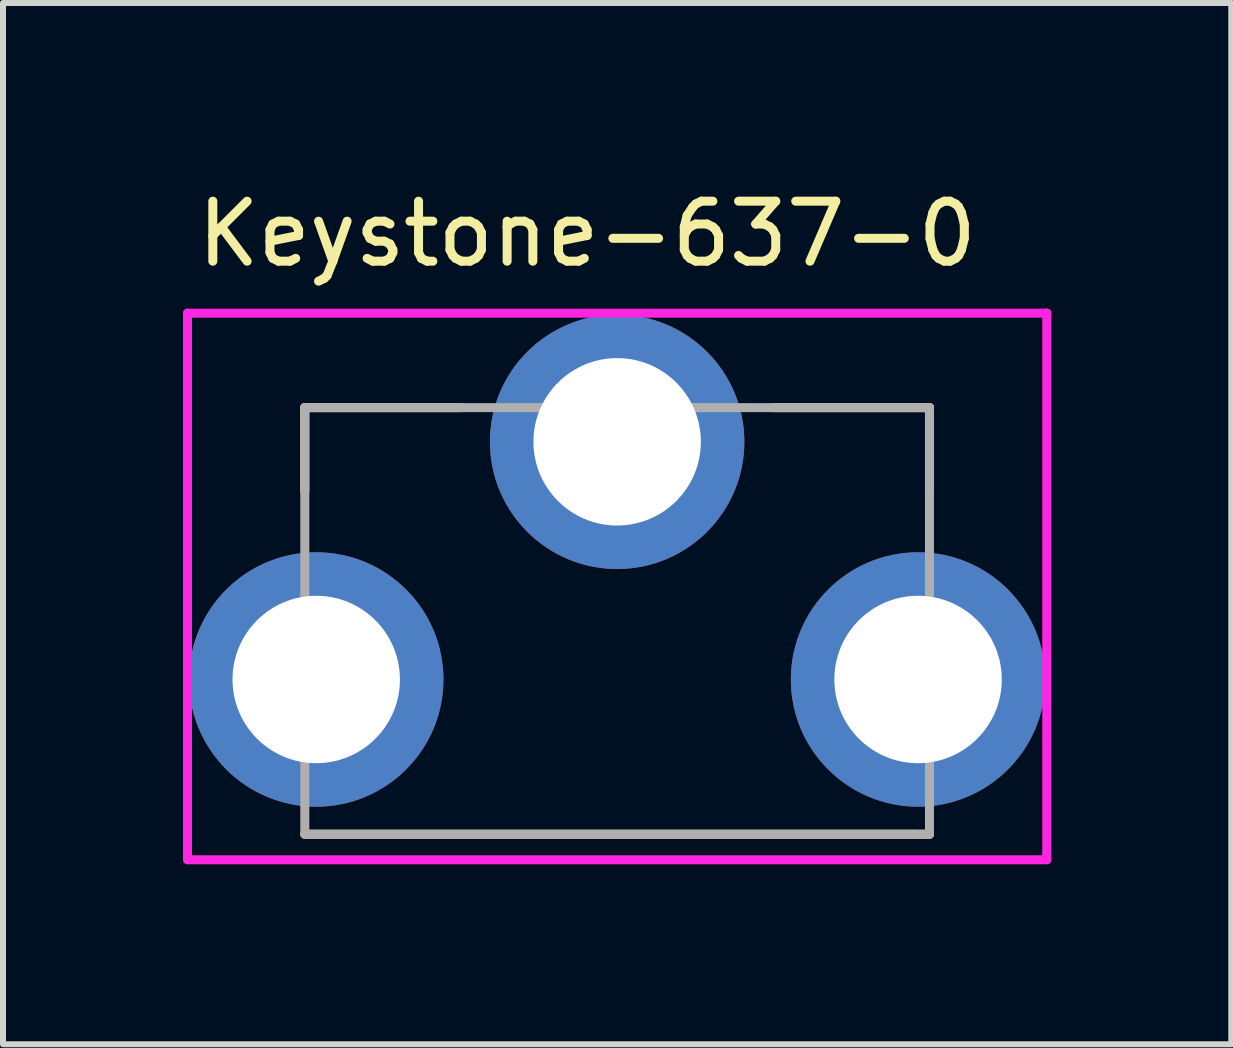
<source format=kicad_pcb>
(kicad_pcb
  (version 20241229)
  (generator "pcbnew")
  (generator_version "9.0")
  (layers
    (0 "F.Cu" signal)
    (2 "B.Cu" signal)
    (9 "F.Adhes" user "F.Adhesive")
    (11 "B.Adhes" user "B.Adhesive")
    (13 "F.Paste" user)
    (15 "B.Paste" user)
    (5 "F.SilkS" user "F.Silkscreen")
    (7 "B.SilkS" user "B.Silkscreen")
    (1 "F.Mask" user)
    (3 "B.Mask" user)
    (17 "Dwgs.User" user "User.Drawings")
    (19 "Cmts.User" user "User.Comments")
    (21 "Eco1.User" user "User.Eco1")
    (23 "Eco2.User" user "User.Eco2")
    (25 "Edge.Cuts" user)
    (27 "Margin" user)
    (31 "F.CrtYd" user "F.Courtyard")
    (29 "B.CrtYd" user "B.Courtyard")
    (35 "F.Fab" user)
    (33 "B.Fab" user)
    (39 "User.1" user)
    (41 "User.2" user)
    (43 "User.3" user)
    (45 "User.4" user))
  (footprint "Keystone-637-0"
    (layer "F.Cu")
    (at 7.235 7.298)
    (property "Reference" "Keystone-637-0" (at -7.075 -6.45 0) (layer "F.SilkS") (effects (font (size 1 1) (thickness 0.15)) (justify left)))
    (attr through_hole)
    (fp_line (start -5.205 -3.555) (end -5.205 -2.155) (stroke (width 0.15) (type solid)) (layer "F.SilkS"))
    (fp_line (start -2.605 -3.555) (end -5.205 -3.555) (stroke (width 0.15) (type solid)) (layer "F.SilkS"))
    (fp_line (start 2.605 -3.555) (end 5.205 -3.555) (stroke (width 0.15) (type solid)) (layer "F.SilkS"))
    (fp_line (start 5.205 -3.555) (end 5.205 -2.155) (stroke (width 0.15) (type solid)) (layer "F.SilkS"))
    (fp_line (start 5.205 3.555) (end -5.205 3.555) (stroke (width 0.15) (type solid)) (layer "F.SilkS"))
    (fp_line (start -7.16 -5.129) (end -7.16 3.98) (stroke (width 0.15) (type solid)) (layer "F.CrtYd"))
    (fp_line (start -7.16 3.98) (end 7.16 3.98) (stroke (width 0.15) (type solid)) (layer "F.CrtYd"))
    (fp_line (start 7.16 -5.129) (end -7.16 -5.129) (stroke (width 0.15) (type solid)) (layer "F.CrtYd"))
    (fp_line (start 7.16 -5.129) (end 7.16 -5.129) (stroke (width 0.15) (type solid)) (layer "F.CrtYd"))
    (fp_line (start 7.16 3.98) (end 7.16 -5.129) (stroke (width 0.15) (type solid)) (layer "F.CrtYd"))
    (fp_line (start -5.205 -3.555) (end 5.205 -3.555) (stroke (width 0.15) (type solid)) (layer "F.Fab"))
    (fp_line (start -5.205 3.555) (end -5.205 -3.555) (stroke (width 0.15) (type solid)) (layer "F.Fab"))
    (fp_line (start 5.205 -3.555) (end 5.205 3.555) (stroke (width 0.15) (type solid)) (layer "F.Fab"))
    (fp_line (start 5.205 3.555) (end -5.205 3.555) (stroke (width 0.15) (type solid)) (layer "F.Fab"))
    (pad "1" thru_hole circle (at -5.015 0.976) (size 4.24 4.24) (drill 2.79) (layers "*.Cu"))
    (pad "1" thru_hole circle (at 0 -2.985) (size 4.24 4.24) (drill 2.79) (layers "*.Cu"))
    (pad "1" thru_hole circle (at 5.015 0.976) (size 4.24 4.24) (drill 2.79) (layers "*.Cu")))
  (gr_rect
    (start -3 -3)
    (end 17.47 14.353)
    (stroke (width 0.1) (type default))
    (fill no)
    (layer "Edge.Cuts")))
</source>
